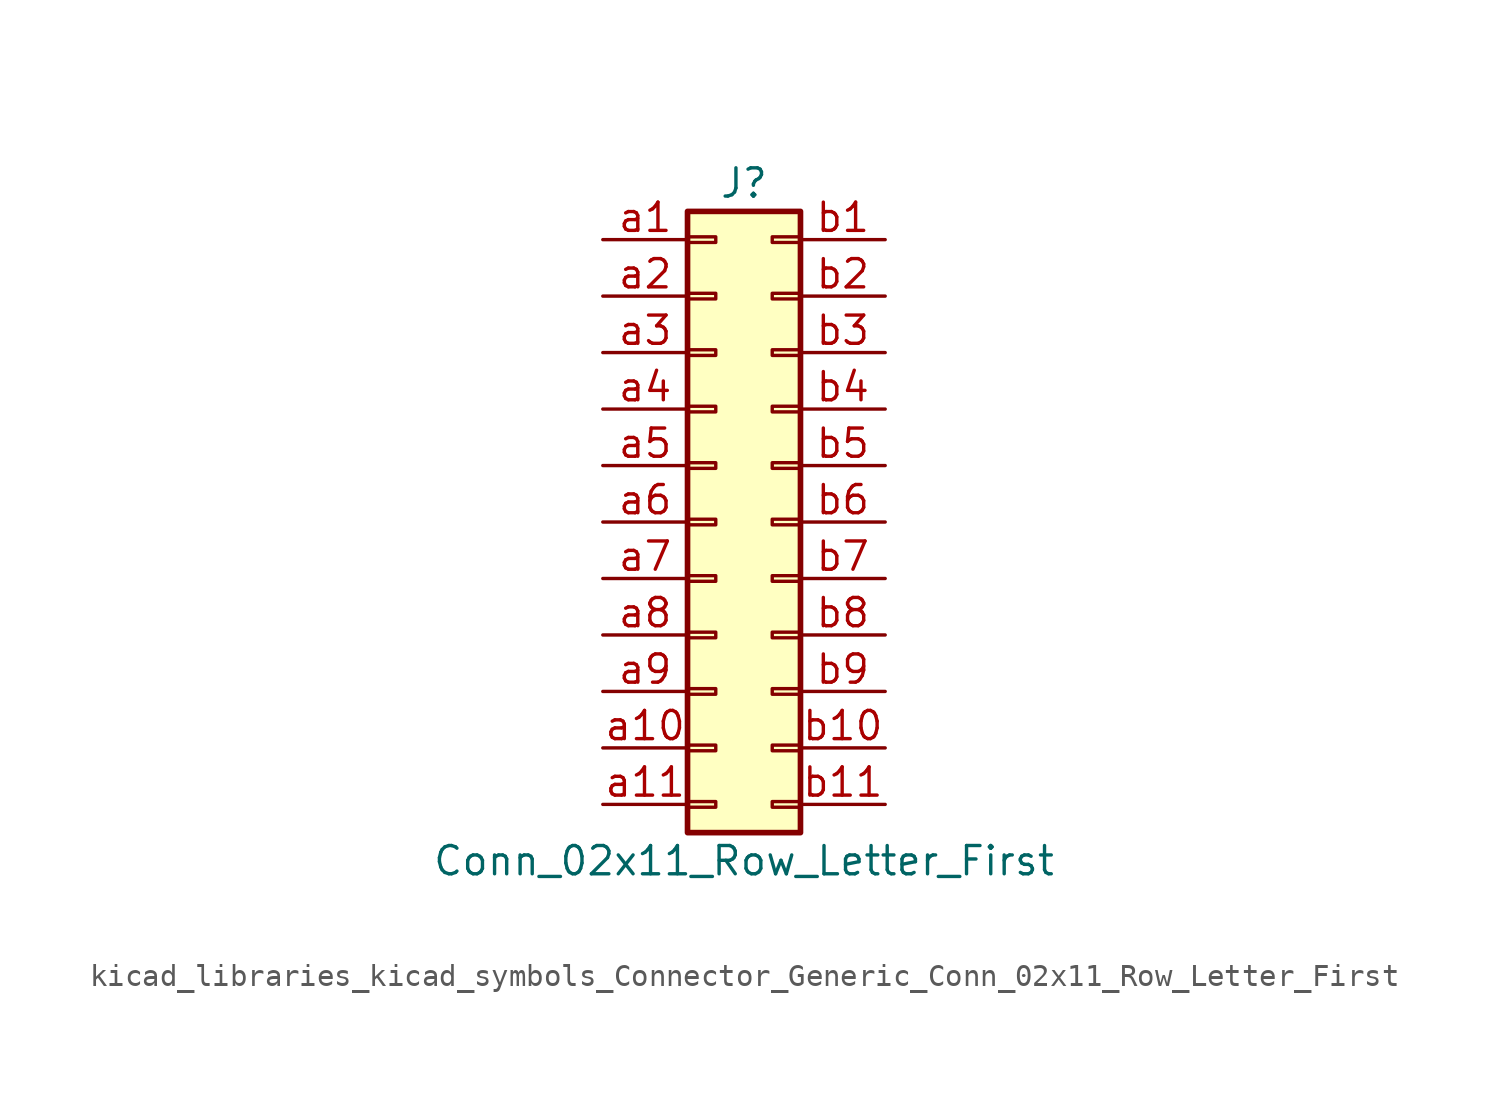
<source format=kicad_sym>
(kicad_symbol_lib
  (version 20220914)
  (generator kicad_symbol_editor)
  (symbol "kicad_libraries_kicad_symbols_Connector_Generic_Conn_02x11_Row_Letter_First"
    (pin_names
      (offset 1.016) hide)
    (property "Reference" "J"
      (at 1.27 15.24 0)
      (effects (font (size 1.27 1.27))))
    (property "Value" "Conn_02x11_Row_Letter_First"
      (at 1.27 -15.24 0)
      (effects (font (size 1.27 1.27))))
    (symbol "kicad_libraries_kicad_symbols_Connector_Generic_Conn_02x11_Row_Letter_First_1_1"
      (rectangle (start -1.27 -12.573) (end 0 -12.827) (stroke (width 0.152) (type default)) (fill (type none)))
      (rectangle (start -1.27 -10.033) (end 0 -10.287) (stroke (width 0.152) (type default)) (fill (type none)))
      (rectangle (start -1.27 -7.493) (end 0 -7.747) (stroke (width 0.152) (type default)) (fill (type none)))
      (rectangle (start -1.27 -4.953) (end 0 -5.207) (stroke (width 0.152) (type default)) (fill (type none)))
      (rectangle (start -1.27 -2.413) (end 0 -2.667) (stroke (width 0.152) (type default)) (fill (type none)))
      (rectangle (start -1.27 0.127) (end 0 -0.127) (stroke (width 0.152) (type default)) (fill (type none)))
      (rectangle (start -1.27 2.667) (end 0 2.413) (stroke (width 0.152) (type default)) (fill (type none)))
      (rectangle (start -1.27 5.207) (end 0 4.953) (stroke (width 0.152) (type default)) (fill (type none)))
      (rectangle (start -1.27 7.747) (end 0 7.493) (stroke (width 0.152) (type default)) (fill (type none)))
      (rectangle (start -1.27 10.287) (end 0 10.033) (stroke (width 0.152) (type default)) (fill (type none)))
      (rectangle (start -1.27 12.827) (end 0 12.573) (stroke (width 0.152) (type default)) (fill (type none)))
      (rectangle (start -1.27 13.97) (end 3.81 -13.97) (stroke (width 0.254) (type default)) (fill (type background)))
      (rectangle (start 3.81 -12.573) (end 2.54 -12.827) (stroke (width 0.152) (type default)) (fill (type none)))
      (rectangle (start 3.81 -10.033) (end 2.54 -10.287) (stroke (width 0.152) (type default)) (fill (type none)))
      (rectangle (start 3.81 -7.493) (end 2.54 -7.747) (stroke (width 0.152) (type default)) (fill (type none)))
      (rectangle (start 3.81 -4.953) (end 2.54 -5.207) (stroke (width 0.152) (type default)) (fill (type none)))
      (rectangle (start 3.81 -2.413) (end 2.54 -2.667) (stroke (width 0.152) (type default)) (fill (type none)))
      (rectangle (start 3.81 0.127) (end 2.54 -0.127) (stroke (width 0.152) (type default)) (fill (type none)))
      (rectangle (start 3.81 2.667) (end 2.54 2.413) (stroke (width 0.152) (type default)) (fill (type none)))
      (rectangle (start 3.81 5.207) (end 2.54 4.953) (stroke (width 0.152) (type default)) (fill (type none)))
      (rectangle (start 3.81 7.747) (end 2.54 7.493) (stroke (width 0.152) (type default)) (fill (type none)))
      (rectangle (start 3.81 10.287) (end 2.54 10.033) (stroke (width 0.152) (type default)) (fill (type none)))
      (rectangle (start 3.81 12.827) (end 2.54 12.573) (stroke (width 0.152) (type default)) (fill (type none)))
      (pin passive line (at -5.08 12.7 0) (length 3.81) (name "Pin_a1" (effects (font (size 1.27 1.27)))) (number "a1" (effects (font (size 1.27 1.27)))))
      (pin passive line (at -5.08 -10.16 0) (length 3.81) (name "Pin_a10" (effects (font (size 1.27 1.27)))) (number "a10" (effects (font (size 1.27 1.27)))))
      (pin passive line (at -5.08 -12.7 0) (length 3.81) (name "Pin_a11" (effects (font (size 1.27 1.27)))) (number "a11" (effects (font (size 1.27 1.27)))))
      (pin passive line (at -5.08 10.16 0) (length 3.81) (name "Pin_a2" (effects (font (size 1.27 1.27)))) (number "a2" (effects (font (size 1.27 1.27)))))
      (pin passive line (at -5.08 7.62 0) (length 3.81) (name "Pin_a3" (effects (font (size 1.27 1.27)))) (number "a3" (effects (font (size 1.27 1.27)))))
      (pin passive line (at -5.08 5.08 0) (length 3.81) (name "Pin_a4" (effects (font (size 1.27 1.27)))) (number "a4" (effects (font (size 1.27 1.27)))))
      (pin passive line (at -5.08 2.54 0) (length 3.81) (name "Pin_a5" (effects (font (size 1.27 1.27)))) (number "a5" (effects (font (size 1.27 1.27)))))
      (pin passive line (at -5.08 0 0) (length 3.81) (name "Pin_a6" (effects (font (size 1.27 1.27)))) (number "a6" (effects (font (size 1.27 1.27)))))
      (pin passive line (at -5.08 -2.54 0) (length 3.81) (name "Pin_a7" (effects (font (size 1.27 1.27)))) (number "a7" (effects (font (size 1.27 1.27)))))
      (pin passive line (at -5.08 -5.08 0) (length 3.81) (name "Pin_a8" (effects (font (size 1.27 1.27)))) (number "a8" (effects (font (size 1.27 1.27)))))
      (pin passive line (at -5.08 -7.62 0) (length 3.81) (name "Pin_a9" (effects (font (size 1.27 1.27)))) (number "a9" (effects (font (size 1.27 1.27)))))
      (pin passive line (at 7.62 12.7 180) (length 3.81) (name "Pin_b1" (effects (font (size 1.27 1.27)))) (number "b1" (effects (font (size 1.27 1.27)))))
      (pin passive line (at 7.62 -10.16 180) (length 3.81) (name "Pin_b10" (effects (font (size 1.27 1.27)))) (number "b10" (effects (font (size 1.27 1.27)))))
      (pin passive line (at 7.62 -12.7 180) (length 3.81) (name "Pin_b11" (effects (font (size 1.27 1.27)))) (number "b11" (effects (font (size 1.27 1.27)))))
      (pin passive line (at 7.62 10.16 180) (length 3.81) (name "Pin_b2" (effects (font (size 1.27 1.27)))) (number "b2" (effects (font (size 1.27 1.27)))))
      (pin passive line (at 7.62 7.62 180) (length 3.81) (name "Pin_b3" (effects (font (size 1.27 1.27)))) (number "b3" (effects (font (size 1.27 1.27)))))
      (pin passive line (at 7.62 5.08 180) (length 3.81) (name "Pin_b4" (effects (font (size 1.27 1.27)))) (number "b4" (effects (font (size 1.27 1.27)))))
      (pin passive line (at 7.62 2.54 180) (length 3.81) (name "Pin_b5" (effects (font (size 1.27 1.27)))) (number "b5" (effects (font (size 1.27 1.27)))))
      (pin passive line (at 7.62 0 180) (length 3.81) (name "Pin_b6" (effects (font (size 1.27 1.27)))) (number "b6" (effects (font (size 1.27 1.27)))))
      (pin passive line (at 7.62 -2.54 180) (length 3.81) (name "Pin_b7" (effects (font (size 1.27 1.27)))) (number "b7" (effects (font (size 1.27 1.27)))))
      (pin passive line (at 7.62 -5.08 180) (length 3.81) (name "Pin_b8" (effects (font (size 1.27 1.27)))) (number "b8" (effects (font (size 1.27 1.27)))))
      (pin passive line (at 7.62 -7.62 180) (length 3.81) (name "Pin_b9" (effects (font (size 1.27 1.27)))) (number "b9" (effects (font (size 1.27 1.27))))))))
</source>
